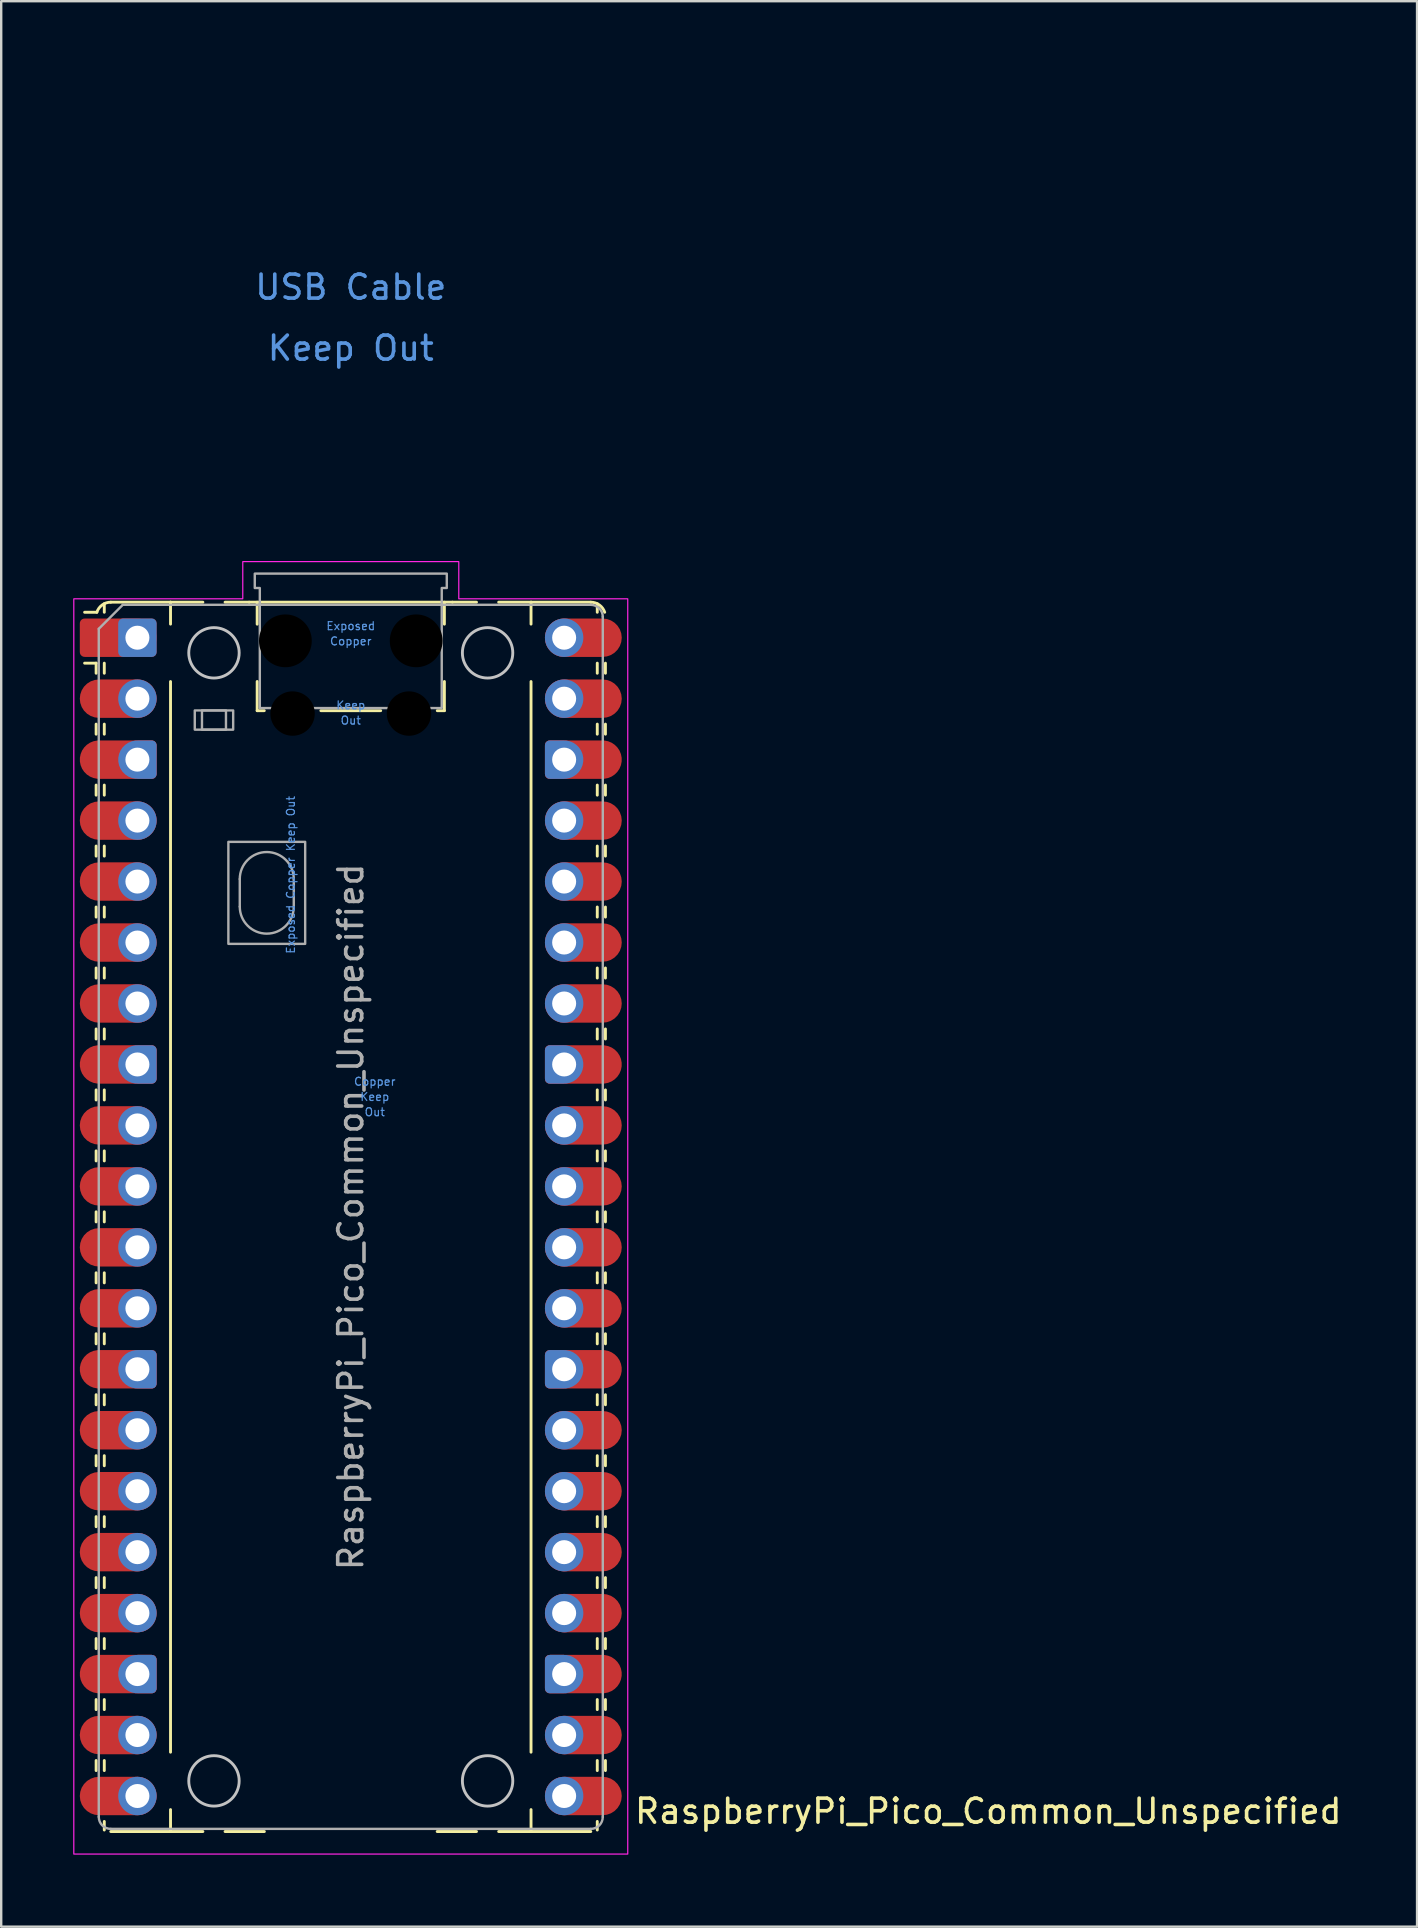
<source format=kicad_pcb>
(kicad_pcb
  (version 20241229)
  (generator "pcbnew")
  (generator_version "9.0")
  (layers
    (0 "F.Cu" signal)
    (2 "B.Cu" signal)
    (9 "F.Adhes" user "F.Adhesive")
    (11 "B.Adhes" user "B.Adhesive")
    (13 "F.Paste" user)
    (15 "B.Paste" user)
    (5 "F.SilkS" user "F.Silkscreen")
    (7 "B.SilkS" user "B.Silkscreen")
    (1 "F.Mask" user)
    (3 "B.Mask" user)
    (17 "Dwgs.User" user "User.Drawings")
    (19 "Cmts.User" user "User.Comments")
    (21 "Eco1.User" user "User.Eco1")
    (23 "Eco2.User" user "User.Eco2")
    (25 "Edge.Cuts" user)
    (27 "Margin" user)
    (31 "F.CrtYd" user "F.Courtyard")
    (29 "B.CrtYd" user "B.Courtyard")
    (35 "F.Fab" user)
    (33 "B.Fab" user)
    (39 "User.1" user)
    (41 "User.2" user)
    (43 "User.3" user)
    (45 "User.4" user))
  (footprint "RaspberryPi_Pico_Common_Unspecified"
    (layer "F.Cu")
    (at 11.565 47.65)
    (property "Reference" "RaspberryPi_Pico_Common_Unspecified" (at 11.748 24.765 0) (unlocked yes) (layer "F.SilkS") (effects (font (size 1 1) (thickness 0.15)) (justify left)))
    (attr through_hole)
    (fp_line (start -10.61 -23.07) (end -11.09 -23.07) (stroke (width 0.12) (type solid)) (layer "F.SilkS"))
    (fp_line (start -10.61 -23.07) (end -10.61 -22.65) (stroke (width 0.12) (type solid)) (layer "F.SilkS"))
    (fp_line (start -10.61 -20.53) (end -10.61 -20.11) (stroke (width 0.12) (type solid)) (layer "F.SilkS"))
    (fp_line (start -10.61 -17.99) (end -10.61 -17.57) (stroke (width 0.12) (type solid)) (layer "F.SilkS"))
    (fp_line (start -10.61 -15.45) (end -10.61 -15.03) (stroke (width 0.12) (type solid)) (layer "F.SilkS"))
    (fp_line (start -10.61 -12.91) (end -10.61 -12.49) (stroke (width 0.12) (type solid)) (layer "F.SilkS"))
    (fp_line (start -10.61 -10.37) (end -10.61 -9.95) (stroke (width 0.12) (type solid)) (layer "F.SilkS"))
    (fp_line (start -10.61 -7.83) (end -10.61 -7.41) (stroke (width 0.12) (type solid)) (layer "F.SilkS"))
    (fp_line (start -10.61 -5.29) (end -10.61 -4.87) (stroke (width 0.12) (type solid)) (layer "F.SilkS"))
    (fp_line (start -10.61 -2.75) (end -10.61 -2.33) (stroke (width 0.12) (type solid)) (layer "F.SilkS"))
    (fp_line (start -10.61 -0.21) (end -10.61 0.21) (stroke (width 0.12) (type solid)) (layer "F.SilkS"))
    (fp_line (start -10.61 2.33) (end -10.61 2.75) (stroke (width 0.12) (type solid)) (layer "F.SilkS"))
    (fp_line (start -10.61 4.87) (end -10.61 5.29) (stroke (width 0.12) (type solid)) (layer "F.SilkS"))
    (fp_line (start -10.61 7.41) (end -10.61 7.83) (stroke (width 0.12) (type solid)) (layer "F.SilkS"))
    (fp_line (start -10.61 9.95) (end -10.61 10.37) (stroke (width 0.12) (type solid)) (layer "F.SilkS"))
    (fp_line (start -10.61 12.49) (end -10.61 12.91) (stroke (width 0.12) (type solid)) (layer "F.SilkS"))
    (fp_line (start -10.61 15.03) (end -10.61 15.45) (stroke (width 0.12) (type solid)) (layer "F.SilkS"))
    (fp_line (start -10.61 17.57) (end -10.61 17.99) (stroke (width 0.12) (type solid)) (layer "F.SilkS"))
    (fp_line (start -10.61 20.11) (end -10.61 20.53) (stroke (width 0.12) (type solid)) (layer "F.SilkS"))
    (fp_line (start -10.61 22.65) (end -10.61 23.07) (stroke (width 0.12) (type solid)) (layer "F.SilkS"))
    (fp_line (start -10.58 -25.19) (end -11.09 -25.19) (stroke (width 0.12) (type solid)) (layer "F.SilkS"))
    (fp_line (start -10.27 -25.19) (end -10.27 -25.547) (stroke (width 0.12) (type solid)) (layer "F.SilkS"))
    (fp_line (start -10.27 -23.07) (end -10.27 -22.65) (stroke (width 0.12) (type solid)) (layer "F.SilkS"))
    (fp_line (start -10.27 -20.53) (end -10.27 -20.11) (stroke (width 0.12) (type solid)) (layer "F.SilkS"))
    (fp_line (start -10.27 -17.99) (end -10.27 -17.57) (stroke (width 0.12) (type solid)) (layer "F.SilkS"))
    (fp_line (start -10.27 -15.45) (end -10.27 -15.03) (stroke (width 0.12) (type solid)) (layer "F.SilkS"))
    (fp_line (start -10.27 -12.91) (end -10.27 -12.49) (stroke (width 0.12) (type solid)) (layer "F.SilkS"))
    (fp_line (start -10.27 -10.37) (end -10.27 -9.95) (stroke (width 0.12) (type solid)) (layer "F.SilkS"))
    (fp_line (start -10.27 -7.83) (end -10.27 -7.41) (stroke (width 0.12) (type solid)) (layer "F.SilkS"))
    (fp_line (start -10.27 -5.29) (end -10.27 -4.87) (stroke (width 0.12) (type solid)) (layer "F.SilkS"))
    (fp_line (start -10.27 -2.75) (end -10.27 -2.33) (stroke (width 0.12) (type solid)) (layer "F.SilkS"))
    (fp_line (start -10.27 -0.21) (end -10.27 0.21) (stroke (width 0.12) (type solid)) (layer "F.SilkS"))
    (fp_line (start -10.27 2.33) (end -10.27 2.75) (stroke (width 0.12) (type solid)) (layer "F.SilkS"))
    (fp_line (start -10.27 4.87) (end -10.27 5.29) (stroke (width 0.12) (type solid)) (layer "F.SilkS"))
    (fp_line (start -10.27 7.41) (end -10.27 7.83) (stroke (width 0.12) (type solid)) (layer "F.SilkS"))
    (fp_line (start -10.27 9.95) (end -10.27 10.37) (stroke (width 0.12) (type solid)) (layer "F.SilkS"))
    (fp_line (start -10.27 12.49) (end -10.27 12.91) (stroke (width 0.12) (type solid)) (layer "F.SilkS"))
    (fp_line (start -10.27 15.03) (end -10.27 15.45) (stroke (width 0.12) (type solid)) (layer "F.SilkS"))
    (fp_line (start -10.27 17.57) (end -10.27 17.99) (stroke (width 0.12) (type solid)) (layer "F.SilkS"))
    (fp_line (start -10.27 20.11) (end -10.27 20.53) (stroke (width 0.12) (type solid)) (layer "F.SilkS"))
    (fp_line (start -10.27 22.65) (end -10.27 23.07) (stroke (width 0.12) (type solid)) (layer "F.SilkS"))
    (fp_line (start -10.27 25.19) (end -10.27 25.547) (stroke (width 0.12) (type solid)) (layer "F.SilkS"))
    (fp_line (start -10 -25.61) (end -7.51 -25.61) (stroke (width 0.12) (type solid)) (layer "F.SilkS"))
    (fp_line (start -10 25.61) (end -6.162 25.61) (stroke (width 0.12) (type solid)) (layer "F.SilkS"))
    (fp_line (start -7.51 -25.61) (end -7.51 -24.696) (stroke (width 0.12) (type solid)) (layer "F.SilkS"))
    (fp_line (start -7.51 -25.61) (end -6.162 -25.61) (stroke (width 0.12) (type solid)) (layer "F.SilkS"))
    (fp_line (start -7.51 -22.304) (end -7.51 22.304) (stroke (width 0.12) (type solid)) (layer "F.SilkS"))
    (fp_line (start -7.51 24.696) (end -7.51 25.61) (stroke (width 0.12) (type solid)) (layer "F.SilkS"))
    (fp_line (start -5.238 -25.61) (end -4.235 -25.61) (stroke (width 0.12) (type solid)) (layer "F.SilkS"))
    (fp_line (start -4.235 -25.61) (end 4.235 -25.61) (stroke (width 0.12) (type solid)) (layer "F.SilkS"))
    (fp_line (start -3.9 -25.61) (end -3.9 -24.694) (stroke (width 0.12) (type solid)) (layer "F.SilkS"))
    (fp_line (start -3.9 -22.306) (end -3.9 -21.09) (stroke (width 0.12) (type solid)) (layer "F.SilkS"))
    (fp_line (start -3.9 -21.09) (end -3.604 -21.09) (stroke (width 0.12) (type solid)) (layer "F.SilkS"))
    (fp_line (start -3.6 25.61) (end -5.238 25.61) (stroke (width 0.12) (type solid)) (layer "F.SilkS"))
    (fp_line (start -1.246 -21.09) (end 1.246 -21.09) (stroke (width 0.12) (type solid)) (layer "F.SilkS"))
    (fp_line (start 3.604 -21.09) (end 3.9 -21.09) (stroke (width 0.12) (type solid)) (layer "F.SilkS"))
    (fp_line (start 3.9 -25.61) (end 3.9 -24.694) (stroke (width 0.12) (type solid)) (layer "F.SilkS"))
    (fp_line (start 3.9 -22.306) (end 3.9 -21.09) (stroke (width 0.12) (type solid)) (layer "F.SilkS"))
    (fp_line (start 4.235 -25.61) (end 5.238 -25.61) (stroke (width 0.12) (type solid)) (layer "F.SilkS"))
    (fp_line (start 5.238 25.61) (end 3.6 25.61) (stroke (width 0.12) (type solid)) (layer "F.SilkS"))
    (fp_line (start 6.162 -25.61) (end 7.51 -25.61) (stroke (width 0.12) (type solid)) (layer "F.SilkS"))
    (fp_line (start 6.162 25.61) (end 10 25.61) (stroke (width 0.12) (type solid)) (layer "F.SilkS"))
    (fp_line (start 7.51 -25.61) (end 7.51 -24.696) (stroke (width 0.12) (type solid)) (layer "F.SilkS"))
    (fp_line (start 7.51 -22.304) (end 7.51 22.304) (stroke (width 0.12) (type solid)) (layer "F.SilkS"))
    (fp_line (start 7.51 24.696) (end 7.51 25.61) (stroke (width 0.12) (type solid)) (layer "F.SilkS"))
    (fp_line (start 10 -25.61) (end 7.51 -25.61) (stroke (width 0.12) (type solid)) (layer "F.SilkS"))
    (fp_line (start 10.27 -25.19) (end 10.27 -25.547) (stroke (width 0.12) (type solid)) (layer "F.SilkS"))
    (fp_line (start 10.27 -23.07) (end 10.27 -22.65) (stroke (width 0.12) (type solid)) (layer "F.SilkS"))
    (fp_line (start 10.27 -20.53) (end 10.27 -20.11) (stroke (width 0.12) (type solid)) (layer "F.SilkS"))
    (fp_line (start 10.27 -17.99) (end 10.27 -17.57) (stroke (width 0.12) (type solid)) (layer "F.SilkS"))
    (fp_line (start 10.27 -15.45) (end 10.27 -15.03) (stroke (width 0.12) (type solid)) (layer "F.SilkS"))
    (fp_line (start 10.27 -12.91) (end 10.27 -12.49) (stroke (width 0.12) (type solid)) (layer "F.SilkS"))
    (fp_line (start 10.27 -10.37) (end 10.27 -9.95) (stroke (width 0.12) (type solid)) (layer "F.SilkS"))
    (fp_line (start 10.27 -7.83) (end 10.27 -7.41) (stroke (width 0.12) (type solid)) (layer "F.SilkS"))
    (fp_line (start 10.27 -5.29) (end 10.27 -4.87) (stroke (width 0.12) (type solid)) (layer "F.SilkS"))
    (fp_line (start 10.27 -2.75) (end 10.27 -2.33) (stroke (width 0.12) (type solid)) (layer "F.SilkS"))
    (fp_line (start 10.27 -0.21) (end 10.27 0.21) (stroke (width 0.12) (type solid)) (layer "F.SilkS"))
    (fp_line (start 10.27 2.33) (end 10.27 2.75) (stroke (width 0.12) (type solid)) (layer "F.SilkS"))
    (fp_line (start 10.27 4.87) (end 10.27 5.29) (stroke (width 0.12) (type solid)) (layer "F.SilkS"))
    (fp_line (start 10.27 7.41) (end 10.27 7.83) (stroke (width 0.12) (type solid)) (layer "F.SilkS"))
    (fp_line (start 10.27 9.95) (end 10.27 10.37) (stroke (width 0.12) (type solid)) (layer "F.SilkS"))
    (fp_line (start 10.27 12.49) (end 10.27 12.91) (stroke (width 0.12) (type solid)) (layer "F.SilkS"))
    (fp_line (start 10.27 15.03) (end 10.27 15.45) (stroke (width 0.12) (type solid)) (layer "F.SilkS"))
    (fp_line (start 10.27 17.57) (end 10.27 17.99) (stroke (width 0.12) (type solid)) (layer "F.SilkS"))
    (fp_line (start 10.27 20.11) (end 10.27 20.53) (stroke (width 0.12) (type solid)) (layer "F.SilkS"))
    (fp_line (start 10.27 22.65) (end 10.27 23.07) (stroke (width 0.12) (type solid)) (layer "F.SilkS"))
    (fp_line (start 10.27 25.19) (end 10.27 25.547) (stroke (width 0.12) (type solid)) (layer "F.SilkS"))
    (fp_line (start 10.61 -23.07) (end 10.61 -22.65) (stroke (width 0.12) (type solid)) (layer "F.SilkS"))
    (fp_line (start 10.61 -20.53) (end 10.61 -20.11) (stroke (width 0.12) (type solid)) (layer "F.SilkS"))
    (fp_line (start 10.61 -17.99) (end 10.61 -17.57) (stroke (width 0.12) (type solid)) (layer "F.SilkS"))
    (fp_line (start 10.61 -15.45) (end 10.61 -15.03) (stroke (width 0.12) (type solid)) (layer "F.SilkS"))
    (fp_line (start 10.61 -12.91) (end 10.61 -12.49) (stroke (width 0.12) (type solid)) (layer "F.SilkS"))
    (fp_line (start 10.61 -10.37) (end 10.61 -9.95) (stroke (width 0.12) (type solid)) (layer "F.SilkS"))
    (fp_line (start 10.61 -7.83) (end 10.61 -7.41) (stroke (width 0.12) (type solid)) (layer "F.SilkS"))
    (fp_line (start 10.61 -5.29) (end 10.61 -4.87) (stroke (width 0.12) (type solid)) (layer "F.SilkS"))
    (fp_line (start 10.61 -2.75) (end 10.61 -2.33) (stroke (width 0.12) (type solid)) (layer "F.SilkS"))
    (fp_line (start 10.61 -0.21) (end 10.61 0.21) (stroke (width 0.12) (type solid)) (layer "F.SilkS"))
    (fp_line (start 10.61 2.33) (end 10.61 2.75) (stroke (width 0.12) (type solid)) (layer "F.SilkS"))
    (fp_line (start 10.61 4.87) (end 10.61 5.29) (stroke (width 0.12) (type solid)) (layer "F.SilkS"))
    (fp_line (start 10.61 7.41) (end 10.61 7.83) (stroke (width 0.12) (type solid)) (layer "F.SilkS"))
    (fp_line (start 10.61 9.95) (end 10.61 10.37) (stroke (width 0.12) (type solid)) (layer "F.SilkS"))
    (fp_line (start 10.61 12.49) (end 10.61 12.91) (stroke (width 0.12) (type solid)) (layer "F.SilkS"))
    (fp_line (start 10.61 15.03) (end 10.61 15.45) (stroke (width 0.12) (type solid)) (layer "F.SilkS"))
    (fp_line (start 10.61 17.57) (end 10.61 17.99) (stroke (width 0.12) (type solid)) (layer "F.SilkS"))
    (fp_line (start 10.61 20.11) (end 10.61 20.53) (stroke (width 0.12) (type solid)) (layer "F.SilkS"))
    (fp_line (start 10.61 22.65) (end 10.61 23.07) (stroke (width 0.12) (type solid)) (layer "F.SilkS"))
    (fp_arc (start -10.579676 -25.19) (mid -10.357938 -25.493944) (end -10 -25.61) (stroke (width 0.12) (type solid)) (layer "F.SilkS"))
    (fp_arc (start 10 -25.61) (mid 10.357937 -25.493944) (end 10.579676 -25.189937) (stroke (width 0.12) (type solid)) (layer "F.SilkS"))
    (fp_circle (center -5.7 -23.5) (end -4.65 -23.5) (stroke (width 0.12) (type solid)) (fill no) (layer "Dwgs.User"))
    (fp_circle (center -5.7 23.5) (end -4.65 23.5) (stroke (width 0.12) (type solid)) (fill no) (layer "Dwgs.User"))
    (fp_circle (center 5.7 -23.5) (end 6.75 -23.5) (stroke (width 0.12) (type solid)) (fill no) (layer "Dwgs.User"))
    (fp_circle (center 5.7 23.5) (end 6.75 23.5) (stroke (width 0.12) (type solid)) (fill no) (layer "Dwgs.User"))
    (fp_poly (pts (xy -4.5 -27.3) (xy 4.5 -27.3) (xy 4.5 -25.75) (xy 11.54 -25.75) (xy 11.54 26.55) (xy -11.54 26.55) (xy -11.54 -25.75) (xy -4.5 -25.75)) (stroke (width 0.05) (type solid)) (fill no) (layer "F.CrtYd"))
    (fp_line (start -10.5 -24.5) (end -9.5 -25.5) (stroke (width 0.1) (type solid)) (layer "F.Fab"))
    (fp_line (start -10.5 25) (end -10.5 -24.5) (stroke (width 0.1) (type solid)) (layer "F.Fab"))
    (fp_line (start -9.5 -25.5) (end 10 -25.5) (stroke (width 0.1) (type solid)) (layer "F.Fab"))
    (fp_line (start -4.625 -14.075) (end -4.625 -12.925) (stroke (width 0.1) (type solid)) (layer "F.Fab"))
    (fp_line (start -2.375 -14.075) (end -2.375 -12.925) (stroke (width 0.1) (type solid)) (layer "F.Fab"))
    (fp_line (start 10 25.5) (end -10 25.5) (stroke (width 0.1) (type solid)) (layer "F.Fab"))
    (fp_line (start 10.5 -25) (end 10.5 25) (stroke (width 0.1) (type solid)) (layer "F.Fab"))
    (fp_rect (start -6.5 -21.1) (end -4.9 -20.3) (stroke (width 0.1) (type solid)) (fill no) (layer "F.Fab"))
    (fp_rect (start -6.2 -21.1) (end -5.2 -20.3) (stroke (width 0.1) (type solid)) (fill no) (layer "F.Fab"))
    (fp_rect (start -5.1 -15.625) (end -1.9 -11.375) (stroke (width 0.1) (type solid)) (fill no) (layer "F.Fab"))
    (fp_arc (start -10 25.5) (mid -10.353553 25.353553) (end -10.5 25) (stroke (width 0.1) (type solid)) (layer "F.Fab"))
    (fp_arc (start -4.625 -14.075) (mid -3.5 -15.2) (end -2.375 -14.075) (stroke (width 0.1) (type solid)) (layer "F.Fab"))
    (fp_arc (start -2.375 -12.925) (mid -3.5 -11.8) (end -4.625 -12.925) (stroke (width 0.1) (type solid)) (layer "F.Fab"))
    (fp_arc (start 10 -25.5) (mid 10.353553 -25.353553) (end 10.5 -25) (stroke (width 0.1) (type solid)) (layer "F.Fab"))
    (fp_arc (start 10.5 25) (mid 10.353553 25.353553) (end 10 25.5) (stroke (width 0.1) (type solid)) (layer "F.Fab"))
    (fp_poly (pts (xy 3.79 -21.2) (xy 3.79 -26.2) (xy 4 -26.2) (xy 4 -26.8) (xy -4 -26.8) (xy -4 -26.2) (xy -3.79 -26.2) (xy -3.79 -21.2)) (stroke (width 0.1) (type solid)) (fill no) (layer "F.Fab"))
    (fp_text user "Keep" (at 1 -5 0) (unlocked yes) (layer "Cmts.User") (effects (font (size 0.333 0.333) (thickness 0.05))))
    (fp_text user "Copper" (at 1 -5.635 0) (unlocked yes) (layer "Cmts.User") (effects (font (size 0.333 0.333) (thickness 0.05))))
    (fp_text user "Exposed Copper Keep Out" (at -2.5 -14.25 90) (unlocked yes) (layer "Cmts.User") (effects (font (size 0.333 0.333) (thickness 0.05))))
    (fp_text user "Exposed" (at 0 -24.617 0) (unlocked yes) (layer "Cmts.User") (effects (font (size 0.333 0.333) (thickness 0.05))))
    (fp_text user "USB Cable" (at 0 -38.735 0) (unlocked yes) (layer "Cmts.User") (effects (font (size 1 1) (thickness 0.15))))
    (fp_text user "Out" (at 0 -20.683 0) (unlocked yes) (layer "Cmts.User") (effects (font (size 0.333 0.333) (thickness 0.05))))
    (fp_text user "Keep Out" (at 0 -36.195 0) (unlocked yes) (layer "Cmts.User") (effects (font (size 1 1) (thickness 0.15))))
    (fp_text user "Copper" (at 0 -23.983 0) (unlocked yes) (layer "Cmts.User") (effects (font (size 0.333 0.333) (thickness 0.05))))
    (fp_text user "Keep" (at 0 -21.317 0) (unlocked yes) (layer "Cmts.User") (effects (font (size 0.333 0.333) (thickness 0.05))))
    (fp_text user "Out" (at 1 -4.365 0) (unlocked yes) (layer "Cmts.User") (effects (font (size 0.333 0.333) (thickness 0.05))))
    (fp_text user "${REFERENCE}" (at 0 0 90) (layer "F.Fab") (effects (font (size 1 1) (thickness 0.15))))
    (pad "" np_thru_hole circle (at -2.725 -24) (size 2.2 2.2) (drill 2.2) (layers "*.Mask"))
    (pad "" np_thru_hole circle (at -2.425 -20.97) (size 1.85 1.85) (drill 1.85) (layers "*.Mask"))
    (pad "" np_thru_hole circle (at 2.425 -20.97) (size 1.85 1.85) (drill 1.85) (layers "*.Mask"))
    (pad "" np_thru_hole circle (at 2.725 -24) (size 2.2 2.2) (drill 2.2) (layers "*.Mask"))
    (pad "1" smd custom (at -9.69 -24.13) (size 1.6 0.8) (layers "F.Cu" "F.Mask") (options (anchor rect)) (primitives (gr_circle (center 0.8 0) (end 1.6 0) (width 0) (fill yes)) (gr_poly (pts (xy -1.6 -0.6) (xy -1.6 0.6) (xy -1.4 0.8) (xy 0.8 0.8) (xy 0.8 -0.8) (xy -1.4 -0.8)) (width 0) (fill yes)) (gr_circle (center -1.4 -0.6) (end -1.2 -0.6) (width 0) (fill yes)) (gr_circle (center -1.4 0.6) (end -1.2 0.6) (width 0) (fill yes))))
    (pad "1" thru_hole roundrect (at -8.89 -24.13) (size 1.6 1.6) (drill 1) (layers "*.Cu" "*.Mask") (roundrect_rratio 0.125))
    (pad "2" smd roundrect (at -9.69 -21.59) (size 3.2 1.6) (layers "F.Cu" "F.Mask") (roundrect_rratio 0.5))
    (pad "2" thru_hole circle (at -8.89 -21.59) (size 1.6 1.6) (drill 1) (layers "*.Cu" "*.Mask"))
    (pad "3" smd custom (at -9.69 -19.05) (size 1.6 0.8) (layers "F.Cu" "F.Mask") (options (anchor rect)) (primitives (gr_circle (center -0.8 0) (end 0 0) (width 0) (fill yes)) (gr_poly (pts (xy 1.6 -0.6) (xy 1.6 0.6) (xy 1.4 0.8) (xy -0.8 0.8) (xy -0.8 -0.8) (xy 1.4 -0.8)) (width 0) (fill yes)) (gr_circle (center 1.4 -0.6) (end 1.6 -0.6) (width 0) (fill yes)) (gr_circle (center 1.4 0.6) (end 1.6 0.6) (width 0) (fill yes))))
    (pad "3" thru_hole custom (at -8.89 -19.05) (size 1.6 1.6) (drill 1) (layers "*.Cu" "*.Mask") (options (anchor circle)) (primitives (gr_poly (pts (xy 0.8 0.6) (xy 0.8 -0.6) (xy 0.6 -0.8) (xy 0 -0.8) (xy 0 0.8) (xy 0.6 0.8)) (width 0) (fill yes)) (gr_circle (center 0.6 0.6) (end 0.8 0.6) (width 0) (fill yes)) (gr_circle (center 0.6 -0.6) (end 0.8 -0.6) (width 0) (fill yes))))
    (pad "4" smd roundrect (at -9.69 -16.51) (size 3.2 1.6) (layers "F.Cu" "F.Mask") (roundrect_rratio 0.5))
    (pad "4" thru_hole circle (at -8.89 -16.51) (size 1.6 1.6) (drill 1) (layers "*.Cu" "*.Mask"))
    (pad "5" smd roundrect (at -9.69 -13.97) (size 3.2 1.6) (layers "F.Cu" "F.Mask") (roundrect_rratio 0.5))
    (pad "5" thru_hole circle (at -8.89 -13.97) (size 1.6 1.6) (drill 1) (layers "*.Cu" "*.Mask"))
    (pad "6" smd roundrect (at -9.69 -11.43) (size 3.2 1.6) (layers "F.Cu" "F.Mask") (roundrect_rratio 0.5))
    (pad "6" thru_hole circle (at -8.89 -11.43) (size 1.6 1.6) (drill 1) (layers "*.Cu" "*.Mask"))
    (pad "7" smd roundrect (at -9.69 -8.89) (size 3.2 1.6) (layers "F.Cu" "F.Mask") (roundrect_rratio 0.5))
    (pad "7" thru_hole circle (at -8.89 -8.89) (size 1.6 1.6) (drill 1) (layers "*.Cu" "*.Mask"))
    (pad "8" smd custom (at -9.69 -6.35) (size 1.6 0.8) (layers "F.Cu" "F.Mask") (options (anchor rect)) (primitives (gr_circle (center -0.8 0) (end 0 0) (width 0) (fill yes)) (gr_poly (pts (xy 1.6 -0.6) (xy 1.6 0.6) (xy 1.4 0.8) (xy -0.8 0.8) (xy -0.8 -0.8) (xy 1.4 -0.8)) (width 0) (fill yes)) (gr_circle (center 1.4 -0.6) (end 1.6 -0.6) (width 0) (fill yes)) (gr_circle (center 1.4 0.6) (end 1.6 0.6) (width 0) (fill yes))))
    (pad "8" thru_hole custom (at -8.89 -6.35) (size 1.6 1.6) (drill 1) (layers "*.Cu" "*.Mask") (options (anchor circle)) (primitives (gr_poly (pts (xy 0.8 0.6) (xy 0.8 -0.6) (xy 0.6 -0.8) (xy 0 -0.8) (xy 0 0.8) (xy 0.6 0.8)) (width 0) (fill yes)) (gr_circle (center 0.6 0.6) (end 0.8 0.6) (width 0) (fill yes)) (gr_circle (center 0.6 -0.6) (end 0.8 -0.6) (width 0) (fill yes))))
    (pad "9" smd roundrect (at -9.69 -3.81) (size 3.2 1.6) (layers "F.Cu" "F.Mask") (roundrect_rratio 0.5))
    (pad "9" thru_hole circle (at -8.89 -3.81) (size 1.6 1.6) (drill 1) (layers "*.Cu" "*.Mask"))
    (pad "10" smd roundrect (at -9.69 -1.27) (size 3.2 1.6) (layers "F.Cu" "F.Mask") (roundrect_rratio 0.5))
    (pad "10" thru_hole circle (at -8.89 -1.27) (size 1.6 1.6) (drill 1) (layers "*.Cu" "*.Mask"))
    (pad "11" smd roundrect (at -9.69 1.27) (size 3.2 1.6) (layers "F.Cu" "F.Mask") (roundrect_rratio 0.5))
    (pad "11" thru_hole circle (at -8.89 1.27) (size 1.6 1.6) (drill 1) (layers "*.Cu" "*.Mask"))
    (pad "12" smd roundrect (at -9.69 3.81) (size 3.2 1.6) (layers "F.Cu" "F.Mask") (roundrect_rratio 0.5))
    (pad "12" thru_hole circle (at -8.89 3.81) (size 1.6 1.6) (drill 1) (layers "*.Cu" "*.Mask"))
    (pad "13" smd custom (at -9.69 6.35) (size 1.6 0.8) (layers "F.Cu" "F.Mask") (options (anchor rect)) (primitives (gr_circle (center -0.8 0) (end 0 0) (width 0) (fill yes)) (gr_poly (pts (xy 1.6 -0.6) (xy 1.6 0.6) (xy 1.4 0.8) (xy -0.8 0.8) (xy -0.8 -0.8) (xy 1.4 -0.8)) (width 0) (fill yes)) (gr_circle (center 1.4 -0.6) (end 1.6 -0.6) (width 0) (fill yes)) (gr_circle (center 1.4 0.6) (end 1.6 0.6) (width 0) (fill yes))))
    (pad "13" thru_hole custom (at -8.89 6.35) (size 1.6 1.6) (drill 1) (layers "*.Cu" "*.Mask") (options (anchor circle)) (primitives (gr_poly (pts (xy 0.8 0.6) (xy 0.8 -0.6) (xy 0.6 -0.8) (xy 0 -0.8) (xy 0 0.8) (xy 0.6 0.8)) (width 0) (fill yes)) (gr_circle (center 0.6 0.6) (end 0.8 0.6) (width 0) (fill yes)) (gr_circle (center 0.6 -0.6) (end 0.8 -0.6) (width 0) (fill yes))))
    (pad "14" smd roundrect (at -9.69 8.89) (size 3.2 1.6) (layers "F.Cu" "F.Mask") (roundrect_rratio 0.5))
    (pad "14" thru_hole circle (at -8.89 8.89) (size 1.6 1.6) (drill 1) (layers "*.Cu" "*.Mask"))
    (pad "15" smd roundrect (at -9.69 11.43) (size 3.2 1.6) (layers "F.Cu" "F.Mask") (roundrect_rratio 0.5))
    (pad "15" thru_hole circle (at -8.89 11.43) (size 1.6 1.6) (drill 1) (layers "*.Cu" "*.Mask"))
    (pad "16" smd roundrect (at -9.69 13.97) (size 3.2 1.6) (layers "F.Cu" "F.Mask") (roundrect_rratio 0.5))
    (pad "16" thru_hole circle (at -8.89 13.97) (size 1.6 1.6) (drill 1) (layers "*.Cu" "*.Mask"))
    (pad "17" smd roundrect (at -9.69 16.51) (size 3.2 1.6) (layers "F.Cu" "F.Mask") (roundrect_rratio 0.5))
    (pad "17" thru_hole circle (at -8.89 16.51) (size 1.6 1.6) (drill 1) (layers "*.Cu" "*.Mask"))
    (pad "18" smd custom (at -9.69 19.05) (size 1.6 0.8) (layers "F.Cu" "F.Mask") (options (anchor rect)) (primitives (gr_circle (center -0.8 0) (end 0 0) (width 0) (fill yes)) (gr_poly (pts (xy 1.6 -0.6) (xy 1.6 0.6) (xy 1.4 0.8) (xy -0.8 0.8) (xy -0.8 -0.8) (xy 1.4 -0.8)) (width 0) (fill yes)) (gr_circle (center 1.4 -0.6) (end 1.6 -0.6) (width 0) (fill yes)) (gr_circle (center 1.4 0.6) (end 1.6 0.6) (width 0) (fill yes))))
    (pad "18" thru_hole custom (at -8.89 19.05) (size 1.6 1.6) (drill 1) (layers "*.Cu" "*.Mask") (options (anchor circle)) (primitives (gr_poly (pts (xy 0.8 0.6) (xy 0.8 -0.6) (xy 0.6 -0.8) (xy 0 -0.8) (xy 0 0.8) (xy 0.6 0.8)) (width 0) (fill yes)) (gr_circle (center 0.6 0.6) (end 0.8 0.6) (width 0) (fill yes)) (gr_circle (center 0.6 -0.6) (end 0.8 -0.6) (width 0) (fill yes))))
    (pad "19" smd roundrect (at -9.69 21.59) (size 3.2 1.6) (layers "F.Cu" "F.Mask") (roundrect_rratio 0.5))
    (pad "19" thru_hole circle (at -8.89 21.59) (size 1.6 1.6) (drill 1) (layers "*.Cu" "*.Mask"))
    (pad "20" smd roundrect (at -9.69 24.13) (size 3.2 1.6) (layers "F.Cu" "F.Mask") (roundrect_rratio 0.5))
    (pad "20" thru_hole circle (at -8.89 24.13) (size 1.6 1.6) (drill 1) (layers "*.Cu" "*.Mask"))
    (pad "21" thru_hole circle (at 8.89 24.13) (size 1.6 1.6) (drill 1) (layers "*.Cu" "*.Mask"))
    (pad "21" smd roundrect (at 9.69 24.13) (size 3.2 1.6) (layers "F.Cu" "F.Mask") (roundrect_rratio 0.5))
    (pad "22" thru_hole circle (at 8.89 21.59) (size 1.6 1.6) (drill 1) (layers "*.Cu" "*.Mask"))
    (pad "22" smd roundrect (at 9.69 21.59) (size 3.2 1.6) (layers "F.Cu" "F.Mask") (roundrect_rratio 0.5))
    (pad "23" thru_hole custom (at 8.89 19.05) (size 1.6 1.6) (drill 1) (layers "*.Cu" "*.Mask") (options (anchor circle)) (primitives (gr_poly (pts (xy -0.8 0.6) (xy -0.8 -0.6) (xy -0.6 -0.8) (xy 0 -0.8) (xy 0 0.8) (xy -0.6 0.8)) (width 0) (fill yes)) (gr_circle (center -0.6 0.6) (end -0.4 0.6) (width 0) (fill yes)) (gr_circle (center -0.6 -0.6) (end -0.4 -0.6) (width 0) (fill yes))))
    (pad "23" smd custom (at 9.69 19.05) (size 1.6 0.8) (layers "F.Cu" "F.Mask") (options (anchor rect)) (primitives (gr_circle (center 0.8 0) (end 1.6 0) (width 0) (fill yes)) (gr_poly (pts (xy -1.6 -0.6) (xy -1.6 0.6) (xy -1.4 0.8) (xy 0.8 0.8) (xy 0.8 -0.8) (xy -1.4 -0.8)) (width 0) (fill yes)) (gr_circle (center -1.4 -0.6) (end -1.2 -0.6) (width 0) (fill yes)) (gr_circle (center -1.4 0.6) (end -1.2 0.6) (width 0) (fill yes))))
    (pad "24" thru_hole circle (at 8.89 16.51) (size 1.6 1.6) (drill 1) (layers "*.Cu" "*.Mask"))
    (pad "24" smd roundrect (at 9.69 16.51) (size 3.2 1.6) (layers "F.Cu" "F.Mask") (roundrect_rratio 0.5))
    (pad "25" thru_hole circle (at 8.89 13.97) (size 1.6 1.6) (drill 1) (layers "*.Cu" "*.Mask"))
    (pad "25" smd roundrect (at 9.69 13.97) (size 3.2 1.6) (layers "F.Cu" "F.Mask") (roundrect_rratio 0.5))
    (pad "26" thru_hole circle (at 8.89 11.43) (size 1.6 1.6) (drill 1) (layers "*.Cu" "*.Mask"))
    (pad "26" smd roundrect (at 9.69 11.43) (size 3.2 1.6) (layers "F.Cu" "F.Mask") (roundrect_rratio 0.5))
    (pad "27" thru_hole circle (at 8.89 8.89) (size 1.6 1.6) (drill 1) (layers "*.Cu" "*.Mask"))
    (pad "27" smd roundrect (at 9.69 8.89) (size 3.2 1.6) (layers "F.Cu" "F.Mask") (roundrect_rratio 0.5))
    (pad "28" thru_hole custom (at 8.89 6.35) (size 1.6 1.6) (drill 1) (layers "*.Cu" "*.Mask") (options (anchor circle)) (primitives (gr_poly (pts (xy -0.8 0.6) (xy -0.8 -0.6) (xy -0.6 -0.8) (xy 0 -0.8) (xy 0 0.8) (xy -0.6 0.8)) (width 0) (fill yes)) (gr_circle (center -0.6 0.6) (end -0.4 0.6) (width 0) (fill yes)) (gr_circle (center -0.6 -0.6) (end -0.4 -0.6) (width 0) (fill yes))))
    (pad "28" smd custom (at 9.69 6.35) (size 1.6 0.8) (layers "F.Cu" "F.Mask") (options (anchor rect)) (primitives (gr_circle (center 0.8 0) (end 1.6 0) (width 0) (fill yes)) (gr_poly (pts (xy -1.6 -0.6) (xy -1.6 0.6) (xy -1.4 0.8) (xy 0.8 0.8) (xy 0.8 -0.8) (xy -1.4 -0.8)) (width 0) (fill yes)) (gr_circle (center -1.4 -0.6) (end -1.2 -0.6) (width 0) (fill yes)) (gr_circle (center -1.4 0.6) (end -1.2 0.6) (width 0) (fill yes))))
    (pad "29" thru_hole circle (at 8.89 3.81) (size 1.6 1.6) (drill 1) (layers "*.Cu" "*.Mask"))
    (pad "29" smd roundrect (at 9.69 3.81) (size 3.2 1.6) (layers "F.Cu" "F.Mask") (roundrect_rratio 0.5))
    (pad "30" thru_hole circle (at 8.89 1.27) (size 1.6 1.6) (drill 1) (layers "*.Cu" "*.Mask"))
    (pad "30" smd roundrect (at 9.69 1.27) (size 3.2 1.6) (layers "F.Cu" "F.Mask") (roundrect_rratio 0.5))
    (pad "31" thru_hole circle (at 8.89 -1.27) (size 1.6 1.6) (drill 1) (layers "*.Cu" "*.Mask"))
    (pad "31" smd roundrect (at 9.69 -1.27) (size 3.2 1.6) (layers "F.Cu" "F.Mask") (roundrect_rratio 0.5))
    (pad "32" thru_hole circle (at 8.89 -3.81) (size 1.6 1.6) (drill 1) (layers "*.Cu" "*.Mask"))
    (pad "32" smd roundrect (at 9.69 -3.81) (size 3.2 1.6) (layers "F.Cu" "F.Mask") (roundrect_rratio 0.5))
    (pad "33" thru_hole custom (at 8.89 -6.35) (size 1.6 1.6) (drill 1) (layers "*.Cu" "*.Mask") (options (anchor circle)) (primitives (gr_poly (pts (xy -0.8 0.6) (xy -0.8 -0.6) (xy -0.6 -0.8) (xy 0 -0.8) (xy 0 0.8) (xy -0.6 0.8)) (width 0) (fill yes)) (gr_circle (center -0.6 0.6) (end -0.4 0.6) (width 0) (fill yes)) (gr_circle (center -0.6 -0.6) (end -0.4 -0.6) (width 0) (fill yes))))
    (pad "33" smd custom (at 9.69 -6.35) (size 1.6 0.8) (layers "F.Cu" "F.Mask") (options (anchor rect)) (primitives (gr_circle (center 0.8 0) (end 1.6 0) (width 0) (fill yes)) (gr_poly (pts (xy -1.6 -0.6) (xy -1.6 0.6) (xy -1.4 0.8) (xy 0.8 0.8) (xy 0.8 -0.8) (xy -1.4 -0.8)) (width 0) (fill yes)) (gr_circle (center -1.4 -0.6) (end -1.2 -0.6) (width 0) (fill yes)) (gr_circle (center -1.4 0.6) (end -1.2 0.6) (width 0) (fill yes))))
    (pad "34" thru_hole circle (at 8.89 -8.89) (size 1.6 1.6) (drill 1) (layers "*.Cu" "*.Mask"))
    (pad "34" smd roundrect (at 9.69 -8.89) (size 3.2 1.6) (layers "F.Cu" "F.Mask") (roundrect_rratio 0.5))
    (pad "35" thru_hole circle (at 8.89 -11.43) (size 1.6 1.6) (drill 1) (layers "*.Cu" "*.Mask"))
    (pad "35" smd roundrect (at 9.69 -11.43) (size 3.2 1.6) (layers "F.Cu" "F.Mask") (roundrect_rratio 0.5))
    (pad "36" thru_hole circle (at 8.89 -13.97) (size 1.6 1.6) (drill 1) (layers "*.Cu" "*.Mask"))
    (pad "36" smd roundrect (at 9.69 -13.97) (size 3.2 1.6) (layers "F.Cu" "F.Mask") (roundrect_rratio 0.5))
    (pad "37" thru_hole circle (at 8.89 -16.51) (size 1.6 1.6) (drill 1) (layers "*.Cu" "*.Mask"))
    (pad "37" smd roundrect (at 9.69 -16.51) (size 3.2 1.6) (layers "F.Cu" "F.Mask") (roundrect_rratio 0.5))
    (pad "38" thru_hole custom (at 8.89 -19.05) (size 1.6 1.6) (drill 1) (layers "*.Cu" "*.Mask") (options (anchor circle)) (primitives (gr_poly (pts (xy -0.8 0.6) (xy -0.8 -0.6) (xy -0.6 -0.8) (xy 0 -0.8) (xy 0 0.8) (xy -0.6 0.8)) (width 0) (fill yes)) (gr_circle (center -0.6 0.6) (end -0.4 0.6) (width 0) (fill yes)) (gr_circle (center -0.6 -0.6) (end -0.4 -0.6) (width 0) (fill yes))))
    (pad "38" smd custom (at 9.69 -19.05) (size 1.6 0.8) (layers "F.Cu" "F.Mask") (options (anchor rect)) (primitives (gr_circle (center 0.8 0) (end 1.6 0) (width 0) (fill yes)) (gr_poly (pts (xy -1.6 -0.6) (xy -1.6 0.6) (xy -1.4 0.8) (xy 0.8 0.8) (xy 0.8 -0.8) (xy -1.4 -0.8)) (width 0) (fill yes)) (gr_circle (center -1.4 -0.6) (end -1.2 -0.6) (width 0) (fill yes)) (gr_circle (center -1.4 0.6) (end -1.2 0.6) (width 0) (fill yes))))
    (pad "39" thru_hole circle (at 8.89 -21.59) (size 1.6 1.6) (drill 1) (layers "*.Cu" "*.Mask"))
    (pad "39" smd roundrect (at 9.69 -21.59) (size 3.2 1.6) (layers "F.Cu" "F.Mask") (roundrect_rratio 0.5))
    (pad "40" thru_hole circle (at 8.89 -24.13) (size 1.6 1.6) (drill 1) (layers "*.Cu" "*.Mask"))
    (pad "40" smd roundrect (at 9.69 -24.13) (size 3.2 1.6) (layers "F.Cu" "F.Mask") (roundrect_rratio 0.5))
    (zone (net_name "") (layers "F.Cu" "F.Paste") (name "Pad Keep Out TP6") (hatch full 0.5) (connect_pads) (min_thickness 0.25) (filled_areas_thickness no) (keepout (tracks not_allowed) (vias not_allowed) (pads not_allowed) (copperpour not_allowed) (footprints allowed)) (placement (enabled no)) (fill) (polygon (pts (xy 8.549 37.598) (xy 8.423 37.564) (xy 8.309 37.498) (xy 8.217 37.406) (xy 8.151 37.292) (xy 8.117 37.166) (xy 8.115 37.1) (xy 8.115 33.4) (xy 10.015 33.4) (xy 10.015 37.1) (xy 10.013 37.166) (xy 9.979 37.292) (xy 9.913 37.406) (xy 9.821 37.498) (xy 9.707 37.564) (xy 9.581 37.598) (xy 9.515 37.6) (xy 8.615 37.6))))
    (zone (net_name "") (layers "F.Cu" "F.Paste") (name "Pad Keep Out TP3") (hatch full 0.5) (connect_pads) (min_thickness 0.25) (filled_areas_thickness no) (keepout (tracks not_allowed) (vias not_allowed) (pads not_allowed) (copperpour not_allowed) (footprints allowed)) (placement (enabled no)) (fill) (polygon (pts (xy 9.617 22.834) (xy 9.651 22.708) (xy 9.717 22.594) (xy 9.809 22.502) (xy 9.923 22.436) (xy 10.049 22.402) (xy 10.115 22.4) (xy 10.565 22.4) (xy 10.565 24.3) (xy 10.115 24.3) (xy 10.049 24.298) (xy 9.923 24.264) (xy 9.809 24.198) (xy 9.717 24.106) (xy 9.651 23.992) (xy 9.617 23.866) (xy 9.615 23.8) (xy 9.615 22.9))))
    (zone (net_name "") (layers "F.Cu" "F.Paste") (name "Pad Keep Out TP4") (hatch full 0.5) (connect_pads) (min_thickness 0.25) (filled_areas_thickness no) (keepout (tracks not_allowed) (vias not_allowed) (pads not_allowed) (copperpour not_allowed) (footprints allowed)) (placement (enabled no)) (fill) (polygon (pts (xy 10.015 33.4) (xy 10.015 29.7) (xy 10.013 29.634) (xy 9.979 29.508) (xy 9.913 29.394) (xy 9.821 29.302) (xy 9.707 29.236) (xy 9.581 29.202) (xy 9.515 29.2) (xy 8.615 29.2) (xy 8.549 29.202) (xy 8.423 29.236) (xy 8.309 29.302) (xy 8.217 29.394) (xy 8.151 29.508) (xy 8.117 29.634) (xy 8.115 29.7) (xy 8.115 33.4))))
    (zone (net_name "") (layers "F.Cu" "F.Paste") (name "Pad Keep Out TP3") (hatch full 0.5) (connect_pads) (min_thickness 0.25) (filled_areas_thickness no) (keepout (tracks not_allowed) (vias not_allowed) (pads not_allowed) (copperpour not_allowed) (footprints allowed)) (placement (enabled no)) (fill) (polygon (pts (xy 10.565 24.3) (xy 11.015 24.3) (xy 11.081 24.298) (xy 11.207 24.264) (xy 11.321 24.198) (xy 11.413 24.106) (xy 11.479 23.992) (xy 11.513 23.866) (xy 11.515 23.8) (xy 11.515 22.9) (xy 11.513 22.834) (xy 11.479 22.708) (xy 11.413 22.594) (xy 11.321 22.502) (xy 11.207 22.436) (xy 11.081 22.402) (xy 11.015 22.4) (xy 10.565 22.4))))
    (zone (net_name "") (layers "F.Cu" "F.Paste") (name "Pad Keep Out TP1") (hatch full 0.5) (connect_pads) (min_thickness 0.25) (filled_areas_thickness no) (keepout (tracks not_allowed) (vias not_allowed) (pads not_allowed) (copperpour not_allowed) (footprints allowed)) (placement (enabled no)) (fill) (polygon (pts (xy 10.617 26.134) (xy 10.651 26.008) (xy 10.717 25.894) (xy 10.809 25.802) (xy 10.923 25.736) (xy 11.049 25.702) (xy 11.115 25.7) (xy 11.565 25.7) (xy 11.565 27.6) (xy 11.115 27.6) (xy 11.049 27.598) (xy 10.923 27.564) (xy 10.809 27.498) (xy 10.717 27.406) (xy 10.651 27.292) (xy 10.617 27.166) (xy 10.615 27.1) (xy 10.615 26.2))))
    (zone (net_name "") (layers "F.Cu" "F.Paste") (name "Pad Keep Out TP1") (hatch full 0.5) (connect_pads) (min_thickness 0.25) (filled_areas_thickness no) (keepout (tracks not_allowed) (vias not_allowed) (pads not_allowed) (copperpour not_allowed) (footprints allowed)) (placement (enabled no)) (fill) (polygon (pts (xy 11.565 27.6) (xy 12.015 27.6) (xy 12.081 27.598) (xy 12.207 27.564) (xy 12.321 27.498) (xy 12.413 27.406) (xy 12.479 27.292) (xy 12.513 27.166) (xy 12.515 27.1) (xy 12.515 26.2) (xy 12.513 26.134) (xy 12.479 26.008) (xy 12.413 25.894) (xy 12.321 25.802) (xy 12.207 25.736) (xy 12.081 25.702) (xy 12.015 25.7) (xy 11.565 25.7))))
    (zone (net_name "") (layers "F.Cu" "F.Paste") (name "Pad Keep Out TP2") (hatch full 0.5) (connect_pads) (min_thickness 0.25) (filled_areas_thickness no) (keepout (tracks not_allowed) (vias not_allowed) (pads not_allowed) (copperpour not_allowed) (footprints allowed)) (placement (enabled no)) (fill) (polygon (pts (xy 11.617 22.849) (xy 11.651 22.723) (xy 11.717 22.609) (xy 11.809 22.517) (xy 11.923 22.451) (xy 12.049 22.417) (xy 12.115 22.415) (xy 12.565 22.415) (xy 12.565 24.315) (xy 12.115 24.315) (xy 12.049 24.313) (xy 11.923 24.279) (xy 11.809 24.213) (xy 11.717 24.121) (xy 11.651 24.007) (xy 11.617 23.881) (xy 11.615 23.815) (xy 11.615 22.915))))
    (zone (net_name "") (layers "F.Cu" "F.Paste") (name "Pad Keep Out TP7") (hatch full 0.5) (connect_pads) (min_thickness 0.25) (filled_areas_thickness no) (keepout (tracks not_allowed) (vias not_allowed) (pads not_allowed) (copperpour not_allowed) (footprints allowed)) (placement (enabled no)) (fill) (polygon (pts (xy 11.617 42.134) (xy 11.651 42.008) (xy 11.717 41.894) (xy 11.809 41.802) (xy 11.923 41.736) (xy 12.049 41.702) (xy 12.115 41.7) (xy 12.565 41.7) (xy 12.565 43.6) (xy 12.115 43.6) (xy 12.049 43.598) (xy 11.923 43.564) (xy 11.809 43.498) (xy 11.717 43.406) (xy 11.651 43.292) (xy 11.617 43.166) (xy 11.615 43.1) (xy 11.615 42.2))))
    (zone (net_name "") (layers "F.Cu" "F.Paste") (name "Pad Keep Out TP2") (hatch full 0.5) (connect_pads) (min_thickness 0.25) (filled_areas_thickness no) (keepout (tracks not_allowed) (vias not_allowed) (pads not_allowed) (copperpour not_allowed) (footprints allowed)) (placement (enabled no)) (fill) (polygon (pts (xy 12.565 24.315) (xy 13.015 24.315) (xy 13.081 24.313) (xy 13.207 24.279) (xy 13.321 24.213) (xy 13.413 24.121) (xy 13.479 24.007) (xy 13.513 23.881) (xy 13.515 23.815) (xy 13.515 22.915) (xy 13.513 22.849) (xy 13.479 22.723) (xy 13.413 22.609) (xy 13.321 22.517) (xy 13.207 22.451) (xy 13.081 22.417) (xy 13.015 22.415) (xy 12.565 22.415))))
    (zone (net_name "") (layers "F.Cu" "F.Paste") (name "Pad Keep Out TP7") (hatch full 0.5) (connect_pads) (min_thickness 0.25) (filled_areas_thickness no) (keepout (tracks not_allowed) (vias not_allowed) (pads not_allowed) (copperpour not_allowed) (footprints allowed)) (placement (enabled no)) (fill) (polygon (pts (xy 12.565 43.6) (xy 13.015 43.6) (xy 13.081 43.598) (xy 13.207 43.564) (xy 13.321 43.498) (xy 13.413 43.406) (xy 13.479 43.292) (xy 13.513 43.166) (xy 13.515 43.1) (xy 13.515 42.2) (xy 13.513 42.134) (xy 13.479 42.008) (xy 13.413 41.894) (xy 13.321 41.802) (xy 13.207 41.736) (xy 13.081 41.702) (xy 13.015 41.7) (xy 12.565 41.7))))
    (zone (net_name "") (layer "Edge.Cuts") (name "Board Keep Out USB Cable") (hatch edge 0.5) (connect_pads) (min_thickness 0.254) (filled_areas_thickness no) (keepout (tracks allowed) (vias allowed) (pads allowed) (copperpour allowed) (footprints allowed)) (placement (enabled no)) (fill) (polygon (pts (xy 5.365 0) (xy 17.765 0) (xy 17.765 20.4) (xy 5.365 20.4))))
    (zone (net_name "") (layer "F.CrtYd") (name "USB Cable Keep Out") (hatch full 0.5) (connect_pads) (min_thickness 0.254) (filled_areas_thickness no) (keepout (tracks allowed) (vias allowed) (pads allowed) (copperpour allowed) (footprints not_allowed)) (placement (enabled no)) (fill) (polygon (pts (xy 5.815 19.95) (xy 7.625 19.95) (xy 7.625 20.35) (xy 15.505 20.35) (xy 15.505 19.95) (xy 17.315 19.95) (xy 17.315 0.45) (xy 5.815 0.45)))))
  (gr_rect
    (start -3 -3)
    (end 55.991 77.225)
    (stroke (width 0.1) (type default))
    (fill no)
    (layer "Edge.Cuts")))
</source>
